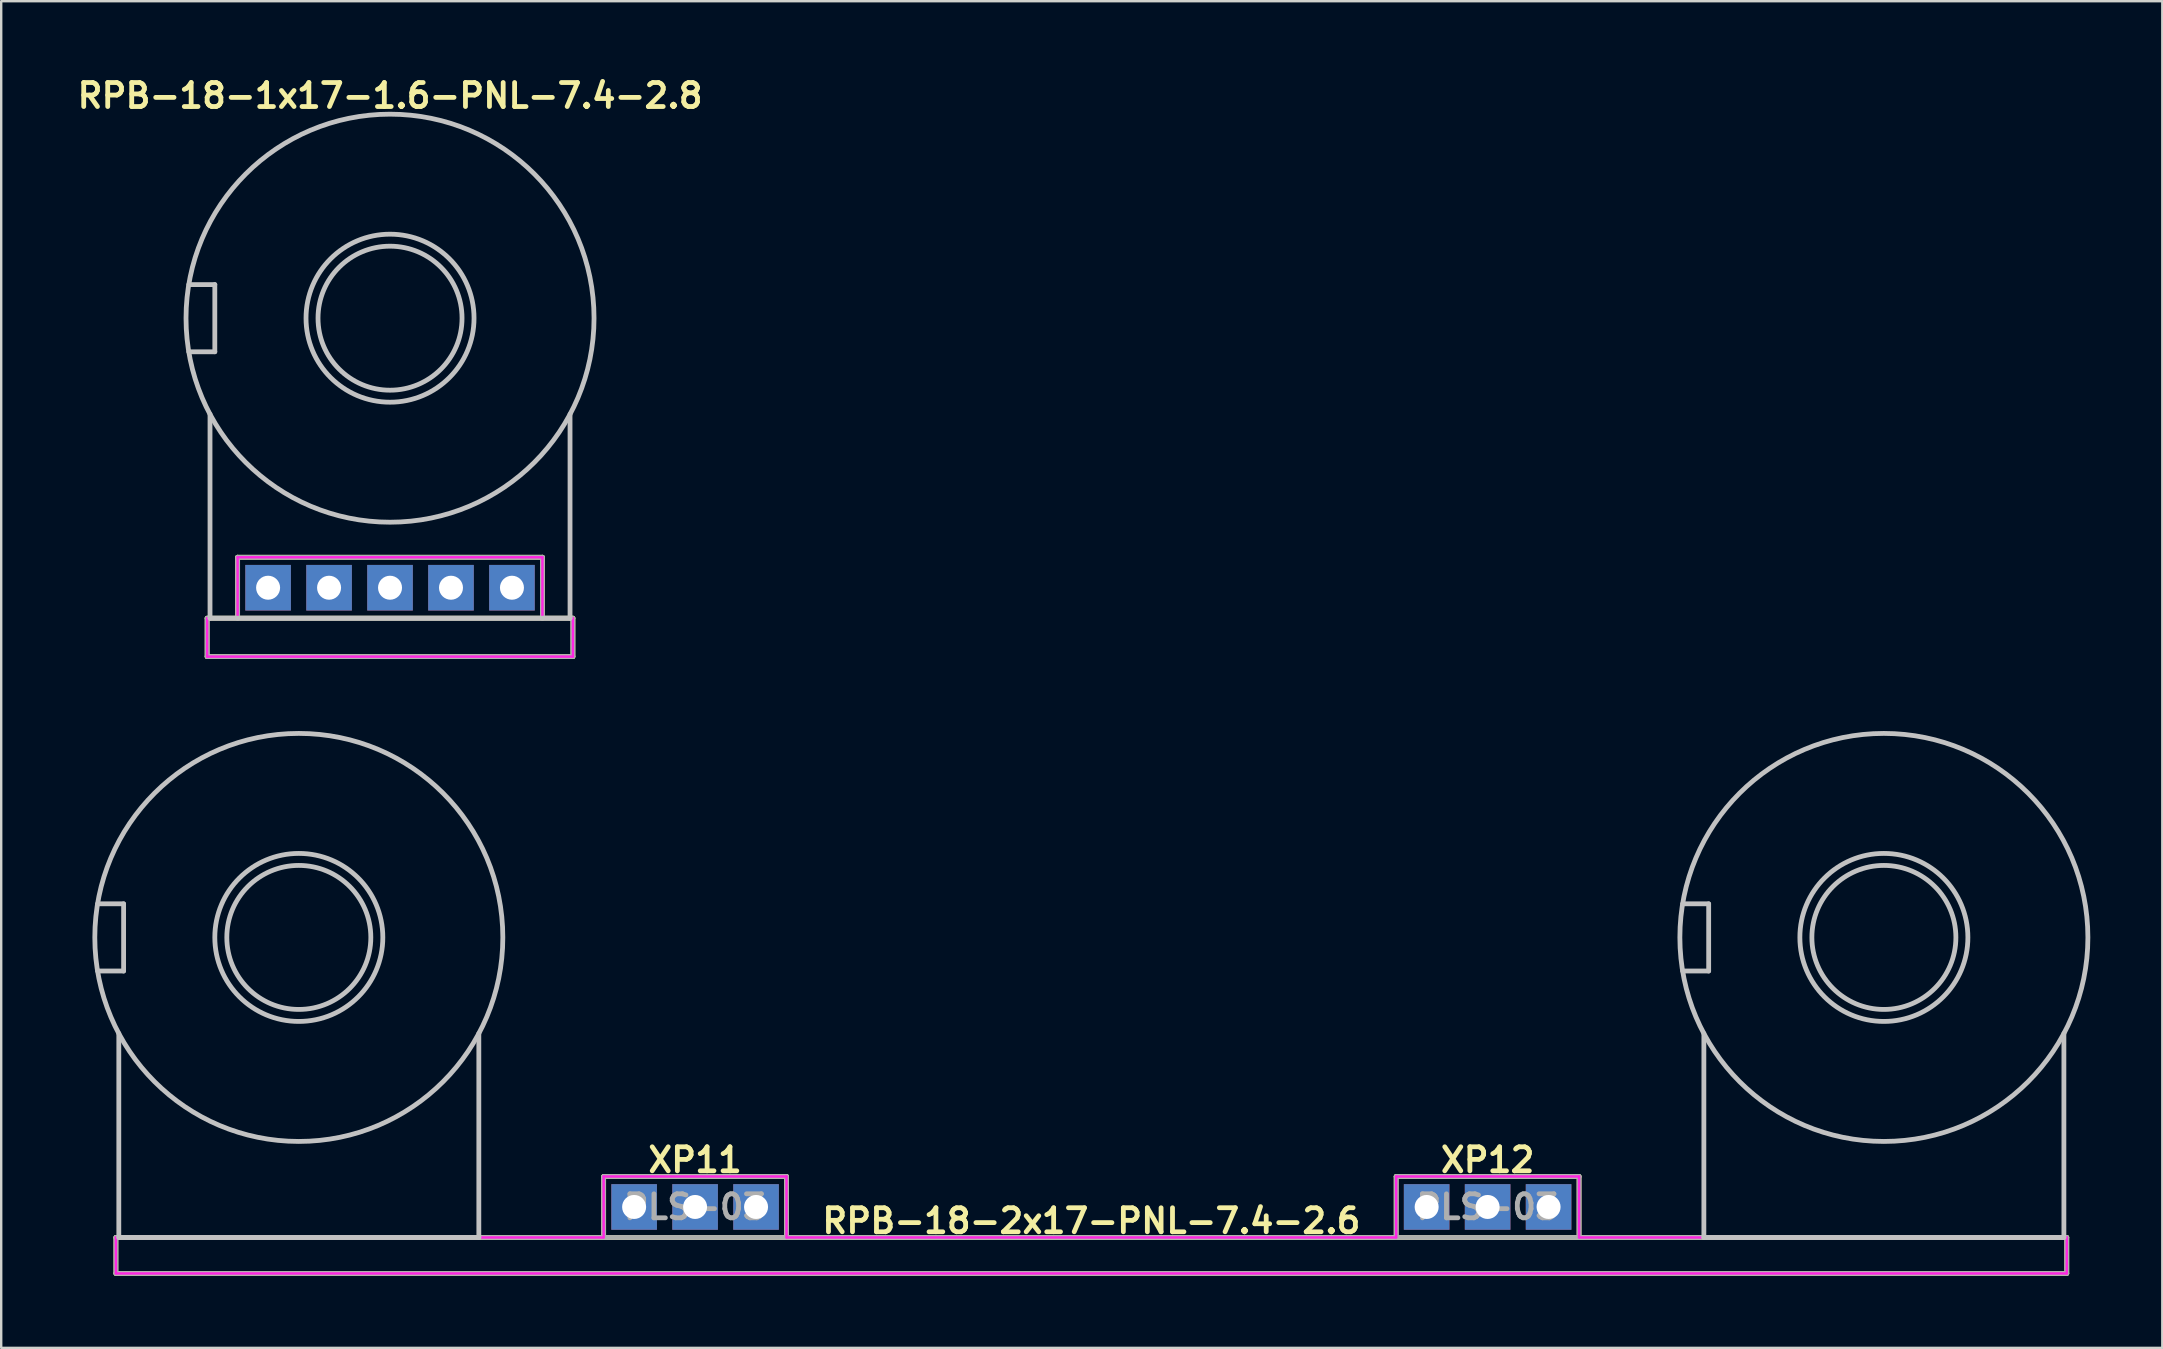
<source format=kicad_pcb>
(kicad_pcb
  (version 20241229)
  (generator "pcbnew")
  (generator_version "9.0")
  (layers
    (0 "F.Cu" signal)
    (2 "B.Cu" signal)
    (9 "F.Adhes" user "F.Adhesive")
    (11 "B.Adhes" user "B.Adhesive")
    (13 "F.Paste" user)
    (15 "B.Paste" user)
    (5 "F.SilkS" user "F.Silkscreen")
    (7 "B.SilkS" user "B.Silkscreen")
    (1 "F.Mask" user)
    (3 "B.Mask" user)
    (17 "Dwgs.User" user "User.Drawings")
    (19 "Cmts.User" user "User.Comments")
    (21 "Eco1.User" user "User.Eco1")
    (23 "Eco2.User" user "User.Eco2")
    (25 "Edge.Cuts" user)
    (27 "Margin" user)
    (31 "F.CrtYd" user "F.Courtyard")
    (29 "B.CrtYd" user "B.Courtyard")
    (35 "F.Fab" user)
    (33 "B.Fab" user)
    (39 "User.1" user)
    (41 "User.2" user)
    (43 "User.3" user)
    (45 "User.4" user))
  (footprint "RPB-18-1x17-1.6-PNL-7.4-2.8"
    (layer "F.Cu")
    (at 13.2 10.207)
    (property "Reference" "RPB-18-1x17-1.6-PNL-7.4-2.8" (at 0 -9.271 0) (layer "F.SilkS") (effects (font (size 1 1) (thickness 0.2))))
    (attr through_hole)
    (fp_line (start -7.62 12.5) (end -7.62 14.1) (stroke (width 0.2) (type solid)) (layer "F.SilkS"))
    (fp_line (start -7.62 12.5) (end 7.62 12.5) (stroke (width 0.2) (type solid)) (layer "F.SilkS"))
    (fp_line (start -7.62 14.1) (end 7.62 14.1) (stroke (width 0.2) (type solid)) (layer "F.SilkS"))
    (fp_line (start -6.35 9.96) (end -6.35 12.5) (stroke (width 0.2) (type solid)) (layer "F.SilkS"))
    (fp_line (start -6.35 9.96) (end 6.35 9.96) (stroke (width 0.2) (type solid)) (layer "F.SilkS"))
    (fp_line (start 6.35 9.96) (end 6.35 12.5) (stroke (width 0.2) (type solid)) (layer "F.SilkS"))
    (fp_line (start 7.62 12.5) (end 7.62 14.1) (stroke (width 0.2) (type solid)) (layer "F.SilkS"))
    (fp_line (start -8.384 -1.4) (end -7.3 -1.4) (stroke (width 0.2) (type solid)) (layer "Dwgs.User"))
    (fp_line (start -8.384 1.4) (end -7.3 1.4) (stroke (width 0.2) (type solid)) (layer "Dwgs.User"))
    (fp_line (start -7.5 4) (end -7.5 12.5) (stroke (width 0.2) (type solid)) (layer "Dwgs.User"))
    (fp_line (start -7.5 12.5) (end 7.5 12.5) (stroke (width 0.2) (type solid)) (layer "Dwgs.User"))
    (fp_line (start -7.3 -1.4) (end -7.3 1.4) (stroke (width 0.2) (type solid)) (layer "Dwgs.User"))
    (fp_line (start 7.5 4) (end 7.5 12.5) (stroke (width 0.2) (type solid)) (layer "Dwgs.User"))
    (fp_circle (center 0 0) (end 3 0) (stroke (width 0.2) (type solid)) (fill no) (layer "Dwgs.User"))
    (fp_circle (center 0 0) (end 3.5 0) (stroke (width 0.2) (type solid)) (fill no) (layer "Dwgs.User"))
    (fp_circle (center 0 0) (end 8.5 0) (stroke (width 0.2) (type solid)) (fill no) (layer "Dwgs.User"))
    (fp_circle (center -7.9 0) (end -6.5 0) (stroke (width 0.4) (type solid)) (fill no) (layer "Eco1.User"))
    (fp_circle (center 0 0) (end 3.7 0) (stroke (width 0.4) (type solid)) (fill no) (layer "Eco1.User"))
    (fp_line (start -7.62 12.5) (end -7.62 14.1) (stroke (width 0.1) (type solid)) (layer "F.CrtYd"))
    (fp_line (start -7.62 12.5) (end -6.35 12.5) (stroke (width 0.1) (type solid)) (layer "F.CrtYd"))
    (fp_line (start -7.62 14.1) (end 7.62 14.1) (stroke (width 0.1) (type solid)) (layer "F.CrtYd"))
    (fp_line (start -6.35 9.96) (end -6.35 12.5) (stroke (width 0.1) (type solid)) (layer "F.CrtYd"))
    (fp_line (start -6.35 9.96) (end 6.35 9.96) (stroke (width 0.1) (type solid)) (layer "F.CrtYd"))
    (fp_line (start 6.35 9.96) (end 6.35 12.5) (stroke (width 0.1) (type solid)) (layer "F.CrtYd"))
    (fp_line (start 6.35 12.5) (end 7.62 12.5) (stroke (width 0.1) (type solid)) (layer "F.CrtYd"))
    (fp_line (start 7.62 12.5) (end 7.62 14.1) (stroke (width 0.1) (type solid)) (layer "F.CrtYd"))
    (fp_line (start -7.62 12.5) (end -7.62 14.1) (stroke (width 0.2) (type solid)) (layer "F.Fab"))
    (fp_line (start -7.62 12.5) (end 7.62 12.5) (stroke (width 0.2) (type solid)) (layer "F.Fab"))
    (fp_line (start -7.62 14.1) (end 7.62 14.1) (stroke (width 0.2) (type solid)) (layer "F.Fab"))
    (fp_line (start -6.35 9.96) (end -6.35 12.5) (stroke (width 0.2) (type solid)) (layer "F.Fab"))
    (fp_line (start -6.35 9.96) (end 6.35 9.96) (stroke (width 0.2) (type solid)) (layer "F.Fab"))
    (fp_line (start 6.35 9.96) (end 6.35 12.5) (stroke (width 0.2) (type solid)) (layer "F.Fab"))
    (fp_line (start 7.62 12.5) (end 7.62 14.1) (stroke (width 0.2) (type solid)) (layer "F.Fab"))
    (pad "1" thru_hole rect (at -5.08 11.23) (size 1.9 1.9) (drill 1) (layers "*.Cu" "*.Mask"))
    (pad "2" thru_hole rect (at 0 11.23) (size 1.9 1.9) (drill 1) (layers "*.Cu" "*.Mask"))
    (pad "3" thru_hole rect (at 5.08 11.23) (size 1.9 1.9) (drill 1) (layers "*.Cu" "*.Mask"))
    (pad "NC1" thru_hole rect (at -2.54 11.23) (size 1.9 1.9) (drill 1) (layers "*.Cu" "*.Mask"))
    (pad "NC2" thru_hole rect (at 2.54 11.23) (size 1.9 1.9) (drill 1) (layers "*.Cu" "*.Mask")))
  (footprint "RPB-18-2x17-PNL-7.4-2.6"
    (layer "F.Cu")
    (at 42.42 36.007)
    (property "Reference" "RPB-18-2x17-PNL-7.4-2.6" (at 0 11.811 0) (layer "F.SilkS") (effects (font (size 1 1) (thickness 0.2))))
    (attr through_hole)
    (fp_line (start -40.64 12.5) (end -40.64 14) (stroke (width 0.2) (type solid)) (layer "F.SilkS"))
    (fp_line (start -40.64 12.5) (end 40.64 12.5) (stroke (width 0.2) (type solid)) (layer "F.SilkS"))
    (fp_line (start -40.64 14) (end 40.64 14) (stroke (width 0.2) (type solid)) (layer "F.SilkS"))
    (fp_line (start -20.32 9.96) (end -20.32 12.5) (stroke (width 0.2) (type solid)) (layer "F.SilkS"))
    (fp_line (start -20.32 9.96) (end -12.7 9.96) (stroke (width 0.2) (type solid)) (layer "F.SilkS"))
    (fp_line (start -12.7 9.96) (end -12.7 12.5) (stroke (width 0.2) (type solid)) (layer "F.SilkS"))
    (fp_line (start 12.7 9.96) (end 12.7 12.5) (stroke (width 0.2) (type solid)) (layer "F.SilkS"))
    (fp_line (start 12.7 9.96) (end 20.32 9.96) (stroke (width 0.2) (type solid)) (layer "F.SilkS"))
    (fp_line (start 20.32 9.96) (end 20.32 12.5) (stroke (width 0.2) (type solid)) (layer "F.SilkS"))
    (fp_line (start 40.64 12.5) (end 40.64 14) (stroke (width 0.2) (type solid)) (layer "F.SilkS"))
    (fp_line (start -41.404 -1.4) (end -40.32 -1.4) (stroke (width 0.2) (type solid)) (layer "Dwgs.User"))
    (fp_line (start -41.404 1.4) (end -40.32 1.4) (stroke (width 0.2) (type solid)) (layer "Dwgs.User"))
    (fp_line (start -40.52 4) (end -40.52 12.5) (stroke (width 0.2) (type solid)) (layer "Dwgs.User"))
    (fp_line (start -40.52 12.5) (end -25.52 12.5) (stroke (width 0.2) (type solid)) (layer "Dwgs.User"))
    (fp_line (start -40.32 -1.4) (end -40.32 1.4) (stroke (width 0.2) (type solid)) (layer "Dwgs.User"))
    (fp_line (start -25.52 4) (end -25.52 12.5) (stroke (width 0.2) (type solid)) (layer "Dwgs.User"))
    (fp_line (start 24.636 -1.4) (end 25.72 -1.4) (stroke (width 0.2) (type solid)) (layer "Dwgs.User"))
    (fp_line (start 24.636 1.4) (end 25.72 1.4) (stroke (width 0.2) (type solid)) (layer "Dwgs.User"))
    (fp_line (start 25.52 4) (end 25.52 12.5) (stroke (width 0.2) (type solid)) (layer "Dwgs.User"))
    (fp_line (start 25.52 12.5) (end 40.52 12.5) (stroke (width 0.2) (type solid)) (layer "Dwgs.User"))
    (fp_line (start 25.72 -1.4) (end 25.72 1.4) (stroke (width 0.2) (type solid)) (layer "Dwgs.User"))
    (fp_line (start 40.52 4) (end 40.52 12.5) (stroke (width 0.2) (type solid)) (layer "Dwgs.User"))
    (fp_circle (center -33.02 0) (end -30.02 0) (stroke (width 0.2) (type solid)) (fill no) (layer "Dwgs.User"))
    (fp_circle (center -33.02 0) (end -29.52 0) (stroke (width 0.2) (type solid)) (fill no) (layer "Dwgs.User"))
    (fp_circle (center -33.02 0) (end -24.52 0) (stroke (width 0.2) (type solid)) (fill no) (layer "Dwgs.User"))
    (fp_circle (center 33.02 0) (end 36.02 0) (stroke (width 0.2) (type solid)) (fill no) (layer "Dwgs.User"))
    (fp_circle (center 33.02 0) (end 36.52 0) (stroke (width 0.2) (type solid)) (fill no) (layer "Dwgs.User"))
    (fp_circle (center 33.02 0) (end 41.52 0) (stroke (width 0.2) (type solid)) (fill no) (layer "Dwgs.User"))
    (fp_circle (center -40.92 0) (end -39.62 0) (stroke (width 0.4) (type solid)) (fill no) (layer "Eco1.User"))
    (fp_circle (center -33.02 0) (end -29.32 0) (stroke (width 0.4) (type solid)) (fill no) (layer "Eco1.User"))
    (fp_circle (center 25.12 0) (end 26.42 0) (stroke (width 0.4) (type solid)) (fill no) (layer "Eco1.User"))
    (fp_circle (center 33.02 0) (end 36.72 0) (stroke (width 0.4) (type solid)) (fill no) (layer "Eco1.User"))
    (fp_line (start -40.64 12.5) (end -40.64 14) (stroke (width 0.1) (type solid)) (layer "F.CrtYd"))
    (fp_line (start -40.64 12.5) (end -20.32 12.5) (stroke (width 0.1) (type solid)) (layer "F.CrtYd"))
    (fp_line (start -40.64 14) (end 40.64 14) (stroke (width 0.1) (type solid)) (layer "F.CrtYd"))
    (fp_line (start -20.32 9.96) (end -20.32 12.5) (stroke (width 0.1) (type solid)) (layer "F.CrtYd"))
    (fp_line (start -20.32 9.96) (end -12.7 9.96) (stroke (width 0.1) (type solid)) (layer "F.CrtYd"))
    (fp_line (start -12.7 9.96) (end -12.7 12.5) (stroke (width 0.1) (type solid)) (layer "F.CrtYd"))
    (fp_line (start -12.7 12.5) (end 12.7 12.5) (stroke (width 0.1) (type solid)) (layer "F.CrtYd"))
    (fp_line (start 12.7 9.96) (end 12.7 12.5) (stroke (width 0.1) (type solid)) (layer "F.CrtYd"))
    (fp_line (start 12.7 9.96) (end 20.32 9.96) (stroke (width 0.1) (type solid)) (layer "F.CrtYd"))
    (fp_line (start 20.32 9.96) (end 20.32 12.5) (stroke (width 0.1) (type solid)) (layer "F.CrtYd"))
    (fp_line (start 20.32 12.5) (end 40.64 12.5) (stroke (width 0.1) (type solid)) (layer "F.CrtYd"))
    (fp_line (start 40.64 12.5) (end 40.64 14) (stroke (width 0.1) (type solid)) (layer "F.CrtYd"))
    (fp_line (start -40.64 12.5) (end -40.64 14) (stroke (width 0.2) (type solid)) (layer "F.Fab"))
    (fp_line (start -40.64 12.5) (end 40.64 12.5) (stroke (width 0.2) (type solid)) (layer "F.Fab"))
    (fp_line (start -40.64 14) (end 40.64 14) (stroke (width 0.2) (type solid)) (layer "F.Fab"))
    (fp_line (start -20.32 9.96) (end -20.32 12.5) (stroke (width 0.2) (type solid)) (layer "F.Fab"))
    (fp_line (start -20.32 9.96) (end -12.7 9.96) (stroke (width 0.2) (type solid)) (layer "F.Fab"))
    (fp_line (start -12.7 9.96) (end -12.7 12.5) (stroke (width 0.2) (type solid)) (layer "F.Fab"))
    (fp_line (start 12.7 9.96) (end 12.7 12.5) (stroke (width 0.2) (type solid)) (layer "F.Fab"))
    (fp_line (start 12.7 9.96) (end 20.32 9.96) (stroke (width 0.2) (type solid)) (layer "F.Fab"))
    (fp_line (start 20.32 9.96) (end 20.32 12.5) (stroke (width 0.2) (type solid)) (layer "F.Fab"))
    (fp_line (start 40.64 12.5) (end 40.64 14) (stroke (width 0.2) (type solid)) (layer "F.Fab"))
    (fp_text user "XP11" (at -16.51 9.271 0) (layer "F.SilkS") (effects (font (size 1 1) (thickness 0.2))))
    (fp_text user "XP12" (at 16.51 9.271 0) (layer "F.SilkS") (effects (font (size 1 1) (thickness 0.2))))
    (fp_text user "PLS-03" (at 16.51 11.23 0) (layer "F.Fab") (effects (font (size 1 1) (thickness 0.2))))
    (fp_text user "PLS-03" (at -16.51 11.23 0) (layer "F.Fab") (effects (font (size 1 1) (thickness 0.2))))
    (pad "11" thru_hole rect (at -13.97 11.23) (size 1.9 1.9) (drill 1) (layers "*.Cu" "*.Mask"))
    (pad "12" thru_hole rect (at -16.51 11.23) (size 1.9 1.9) (drill 1) (layers "*.Cu" "*.Mask"))
    (pad "13" thru_hole rect (at -19.05 11.23) (size 1.9 1.9) (drill 1) (layers "*.Cu" "*.Mask"))
    (pad "31" thru_hole rect (at 19.05 11.23) (size 1.9 1.9) (drill 1) (layers "*.Cu" "*.Mask"))
    (pad "32" thru_hole rect (at 16.51 11.23) (size 1.9 1.9) (drill 1) (layers "*.Cu" "*.Mask"))
    (pad "33" thru_hole rect (at 13.97 11.23) (size 1.9 1.9) (drill 1) (layers "*.Cu" "*.Mask")))
  (gr_rect
    (start -3 -3)
    (end 87.04 53.107)
    (stroke (width 0.1) (type default))
    (fill no)
    (layer "Edge.Cuts")))
</source>
